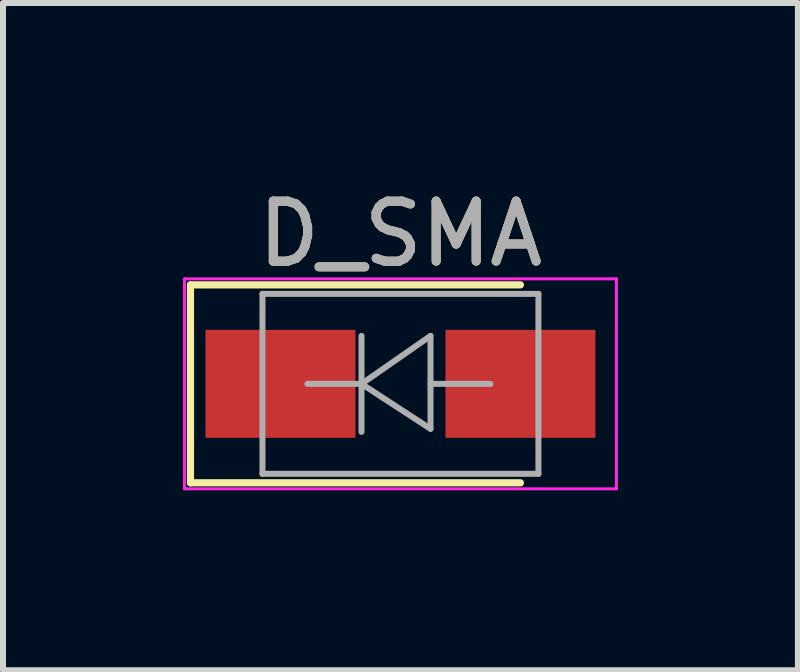
<source format=kicad_pcb>
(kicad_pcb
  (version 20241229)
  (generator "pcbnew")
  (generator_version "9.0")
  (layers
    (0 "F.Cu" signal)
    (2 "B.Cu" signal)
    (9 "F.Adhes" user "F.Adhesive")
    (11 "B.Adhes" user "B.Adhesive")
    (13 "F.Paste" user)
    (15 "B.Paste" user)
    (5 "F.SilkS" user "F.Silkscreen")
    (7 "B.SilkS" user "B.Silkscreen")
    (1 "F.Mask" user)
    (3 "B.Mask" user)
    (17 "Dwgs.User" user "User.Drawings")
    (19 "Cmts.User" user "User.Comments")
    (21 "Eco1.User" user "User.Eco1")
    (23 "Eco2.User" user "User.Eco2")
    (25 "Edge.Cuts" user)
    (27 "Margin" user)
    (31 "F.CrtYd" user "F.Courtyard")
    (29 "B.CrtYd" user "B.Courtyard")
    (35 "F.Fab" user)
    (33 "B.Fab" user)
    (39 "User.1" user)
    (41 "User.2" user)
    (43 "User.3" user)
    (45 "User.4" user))
  (footprint "D_SMA"
    (layer "F.Cu")
    (at 3.625 3.348)
    (property "Reference" "D_SMA" (at 0 -2.5 0) (layer "F.SilkS") (effects (font (size 1 1) (thickness 0.15))))
    (attr smd)
    (fp_line (start -3.5 -1.65) (end -3.5 1.65) (stroke (width 0.12) (type solid)) (layer "F.SilkS"))
    (fp_line (start -3.5 -1.65) (end 2 -1.65) (stroke (width 0.12) (type solid)) (layer "F.SilkS"))
    (fp_line (start -3.5 1.65) (end 2 1.65) (stroke (width 0.12) (type solid)) (layer "F.SilkS"))
    (fp_line (start -3.6 -1.75) (end 3.6 -1.75) (stroke (width 0.05) (type solid)) (layer "F.CrtYd"))
    (fp_line (start -3.6 1.75) (end -3.6 -1.75) (stroke (width 0.05) (type solid)) (layer "F.CrtYd"))
    (fp_line (start 3.6 -1.75) (end 3.6 1.75) (stroke (width 0.05) (type solid)) (layer "F.CrtYd"))
    (fp_line (start 3.6 1.75) (end -3.6 1.75) (stroke (width 0.05) (type solid)) (layer "F.CrtYd"))
    (fp_line (start -2.3 1.5) (end -2.3 -1.5) (stroke (width 0.1) (type solid)) (layer "F.Fab"))
    (fp_line (start -0.649 -0.799) (end -0.649 0.801) (stroke (width 0.1) (type solid)) (layer "F.Fab"))
    (fp_line (start -0.649 0.001) (end -1.551 0.001) (stroke (width 0.1) (type solid)) (layer "F.Fab"))
    (fp_line (start -0.649 0.001) (end 0.501 -0.799) (stroke (width 0.1) (type solid)) (layer "F.Fab"))
    (fp_line (start -0.649 0.001) (end 0.501 0.75) (stroke (width 0.1) (type solid)) (layer "F.Fab"))
    (fp_line (start 0.501 0.001) (end 1.499 0.001) (stroke (width 0.1) (type solid)) (layer "F.Fab"))
    (fp_line (start 0.501 0.75) (end 0.501 -0.799) (stroke (width 0.1) (type solid)) (layer "F.Fab"))
    (fp_line (start 2.3 -1.5) (end -2.3 -1.5) (stroke (width 0.1) (type solid)) (layer "F.Fab"))
    (fp_line (start 2.3 -1.5) (end 2.3 1.5) (stroke (width 0.1) (type solid)) (layer "F.Fab"))
    (fp_line (start 2.3 1.5) (end -2.3 1.5) (stroke (width 0.1) (type solid)) (layer "F.Fab"))
    (fp_text user "${REFERENCE}" (at 0 -2.5 0) (layer "F.Fab") (effects (font (size 1 1) (thickness 0.15))))
    (pad "1" smd rect (at -2 0) (size 2.5 1.8) (layers "F.Cu" "F.Mask" "F.Paste"))
    (pad "2" smd rect (at 2 0) (size 2.5 1.8) (layers "F.Cu" "F.Mask" "F.Paste")))
  (gr_rect
    (start -3 -3)
    (end 10.25 8.123)
    (stroke (width 0.1) (type default))
    (fill no)
    (layer "Edge.Cuts")))
</source>
